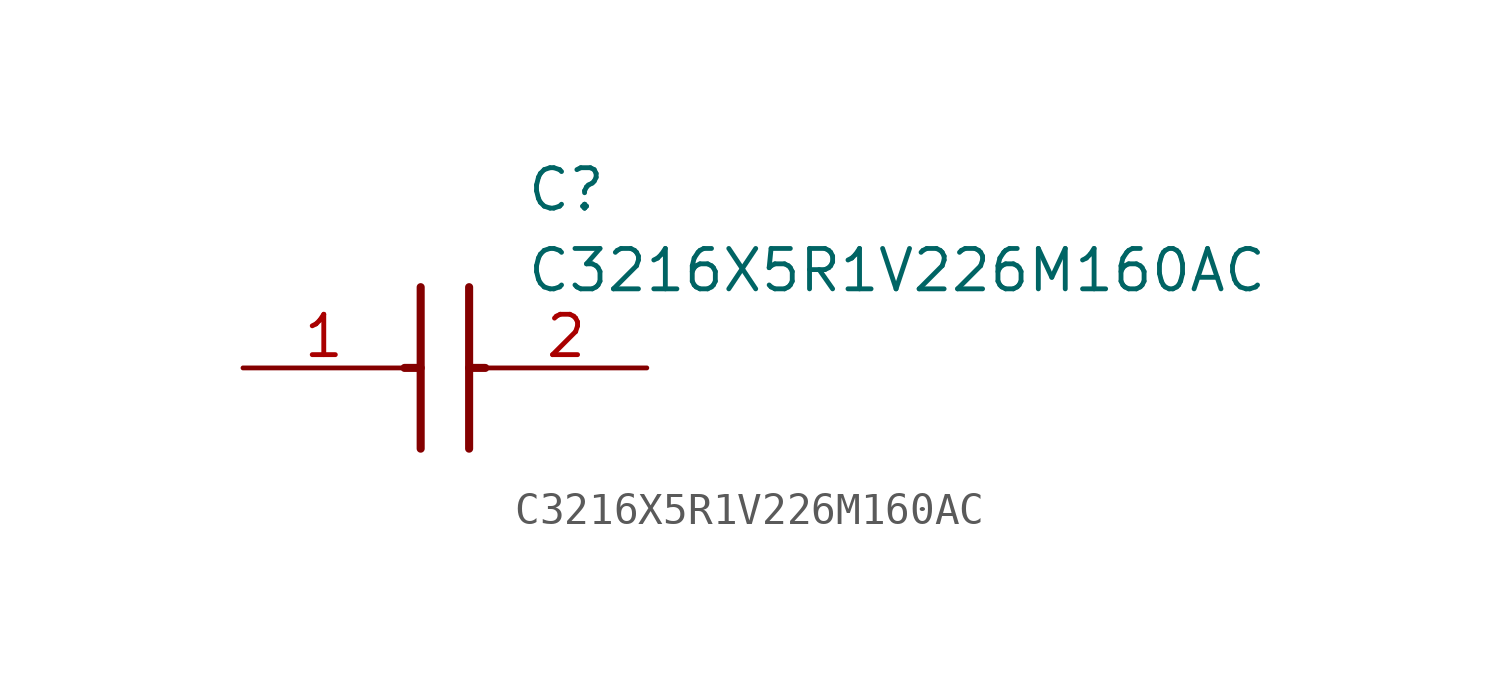
<source format=kicad_sym>
(kicad_symbol_lib
  (version 20211014)
  (generator SamacSys_ECAD_Model)
  (symbol "C3216X5R1V226M160AC"
    (pin_names hide)
    (property "Reference" "C"
      (at 8.89 6.35 0)
      (effects (font (size 1.27 1.27)) (justify left top)))
    (property "Value" "C3216X5R1V226M160AC"
      (at 8.89 3.81 0)
      (effects (font (size 1.27 1.27)) (justify left top)))
    (polyline
      (pts (xy 5.588 2.54) (xy 5.588 -2.54))
      (stroke (width 0.254) (type default))
      (fill (type none)))
    (polyline
      (pts (xy 7.112 2.54) (xy 7.112 -2.54))
      (stroke (width 0.254) (type default))
      (fill (type none)))
    (polyline
      (pts (xy 5.08 0) (xy 5.588 0))
      (stroke (width 0.254) (type default))
      (fill (type none)))
    (polyline
      (pts (xy 7.112 0) (xy 7.62 0))
      (stroke (width 0.254) (type default))
      (fill (type none)))
    (pin passive line
      (at 0 0 0)
      (length 5.08)
      (name "1" (effects (font (size 1.27 1.27))))
      (number "1" (effects (font (size 1.27 1.27)))))
    (pin passive line
      (at 12.7 0 180)
      (length 5.08)
      (name "2" (effects (font (size 1.27 1.27))))
      (number "2" (effects (font (size 1.27 1.27)))))))
</source>
